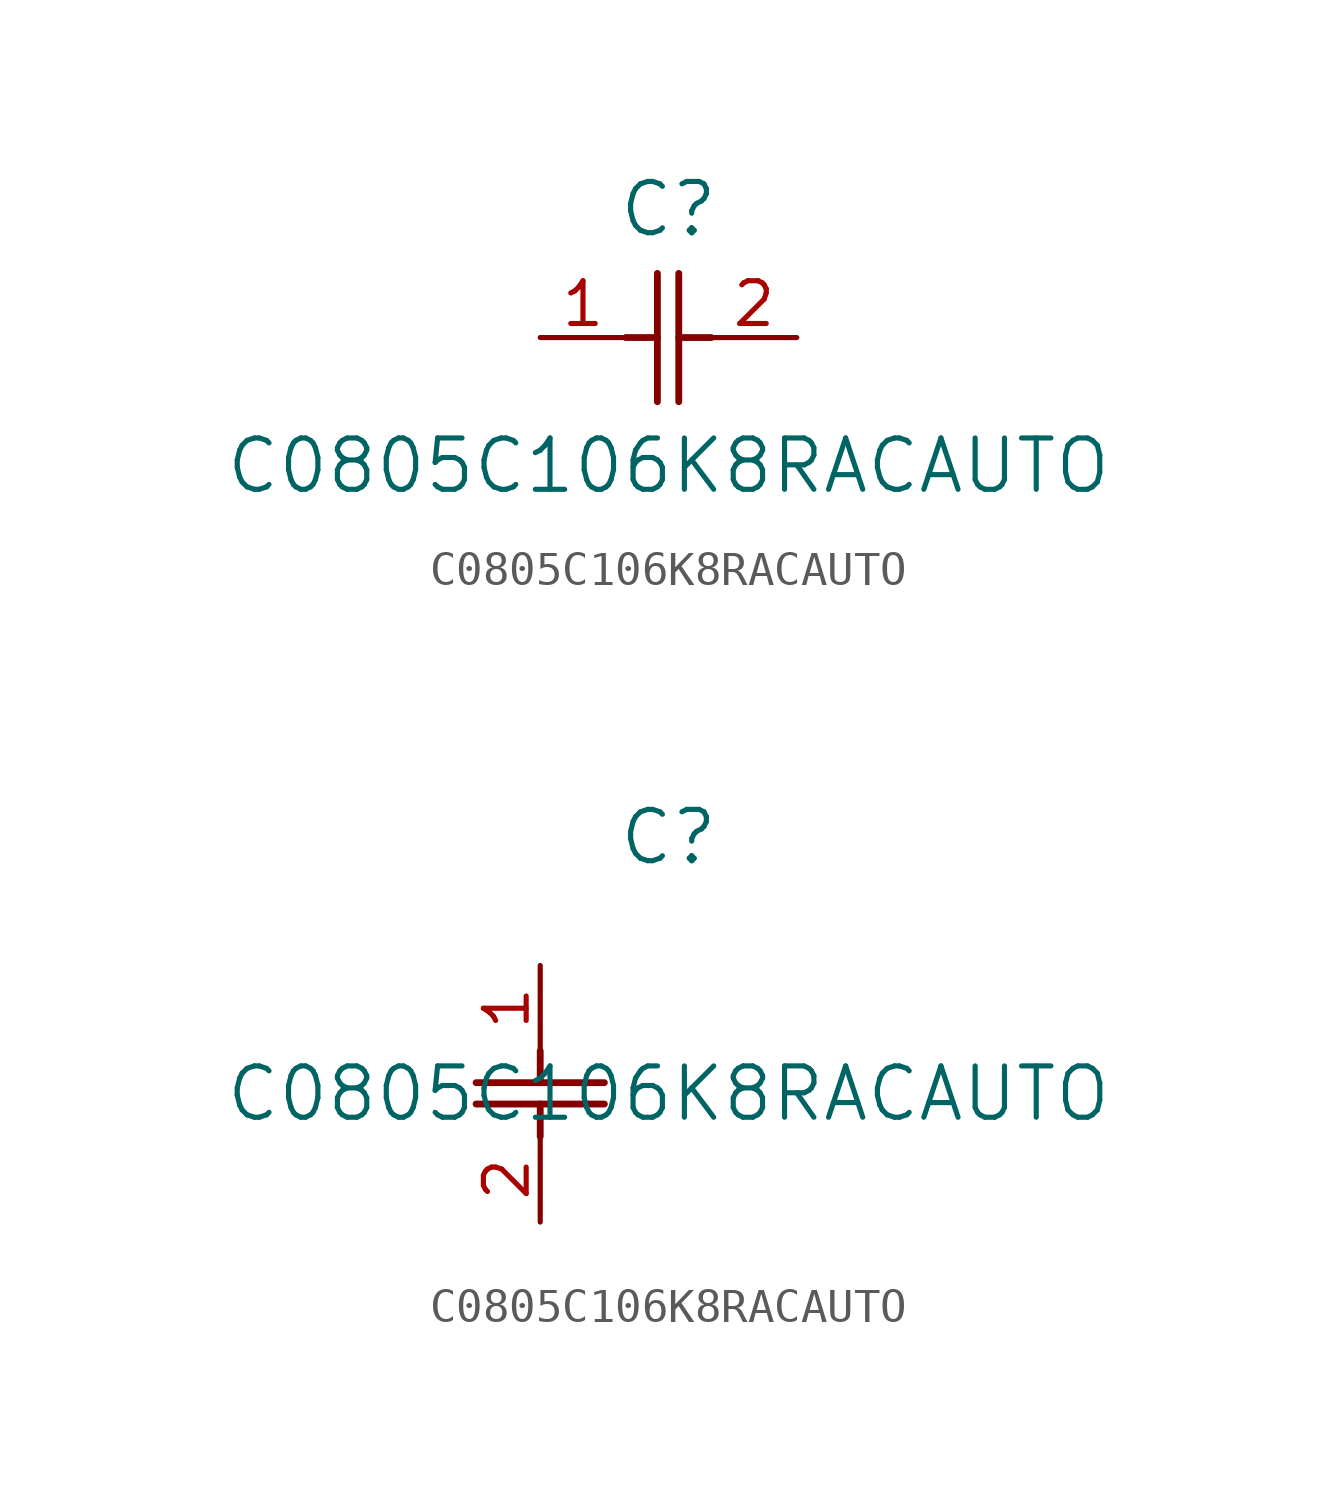
<source format=kicad_sym>
(kicad_symbol_lib
  (version 20211014)
  (generator kicad_symbol_editor)
  (symbol "C0805C106K8RACAUTO"
    (pin_names
      (offset 0.254))
    (property "Reference" "C"
      (at 3.81 3.81 0)
      (effects (font (size 1.524 1.524))))
    (property "Value" "C0805C106K8RACAUTO"
      (at 3.81 -3.81 0)
      (effects (font (size 1.524 1.524))))
    (symbol "C0805C106K8RACAUTO_1_1"
      (polyline (pts (xy 3.48 -1.905) (xy 3.48 1.905)) (stroke (width 0.203) (type default) (color 0 0 0 0)) (fill (type none)))
      (polyline (pts (xy 4.115 -1.905) (xy 4.115 1.905)) (stroke (width 0.203) (type default) (color 0 0 0 0)) (fill (type none)))
      (polyline (pts (xy 4.115 0) (xy 5.08 0)) (stroke (width 0.203) (type default) (color 0 0 0 0)) (fill (type none)))
      (polyline (pts (xy 2.54 0) (xy 3.48 0)) (stroke (width 0.203) (type default) (color 0 0 0 0)) (fill (type none)))
      (pin unspecified line (at 0 0 0) (length 2.54) (name "" (effects (font (size 1.27 1.27)))) (number "1" (effects (font (size 1.27 1.27)))))
      (pin unspecified line (at 7.62 0 180) (length 2.54) (name "" (effects (font (size 1.27 1.27)))) (number "2" (effects (font (size 1.27 1.27))))))
    (symbol "C0805C106K8RACAUTO_1_2"
      (polyline (pts (xy -1.905 -3.48) (xy 1.905 -3.48)) (stroke (width 0.203) (type default) (color 0 0 0 0)) (fill (type none)))
      (polyline (pts (xy -1.905 -4.115) (xy 1.905 -4.115)) (stroke (width 0.203) (type default) (color 0 0 0 0)) (fill (type none)))
      (polyline (pts (xy 0 -4.115) (xy 0 -5.08)) (stroke (width 0.203) (type default) (color 0 0 0 0)) (fill (type none)))
      (polyline (pts (xy 0 -2.54) (xy 0 -3.48)) (stroke (width 0.203) (type default) (color 0 0 0 0)) (fill (type none)))
      (pin unspecified line (at 0 0 270) (length 2.54) (name "" (effects (font (size 1.27 1.27)))) (number "1" (effects (font (size 1.27 1.27)))))
      (pin unspecified line (at 0 -7.62 90) (length 2.54) (name "" (effects (font (size 1.27 1.27)))) (number "2" (effects (font (size 1.27 1.27))))))))
</source>
